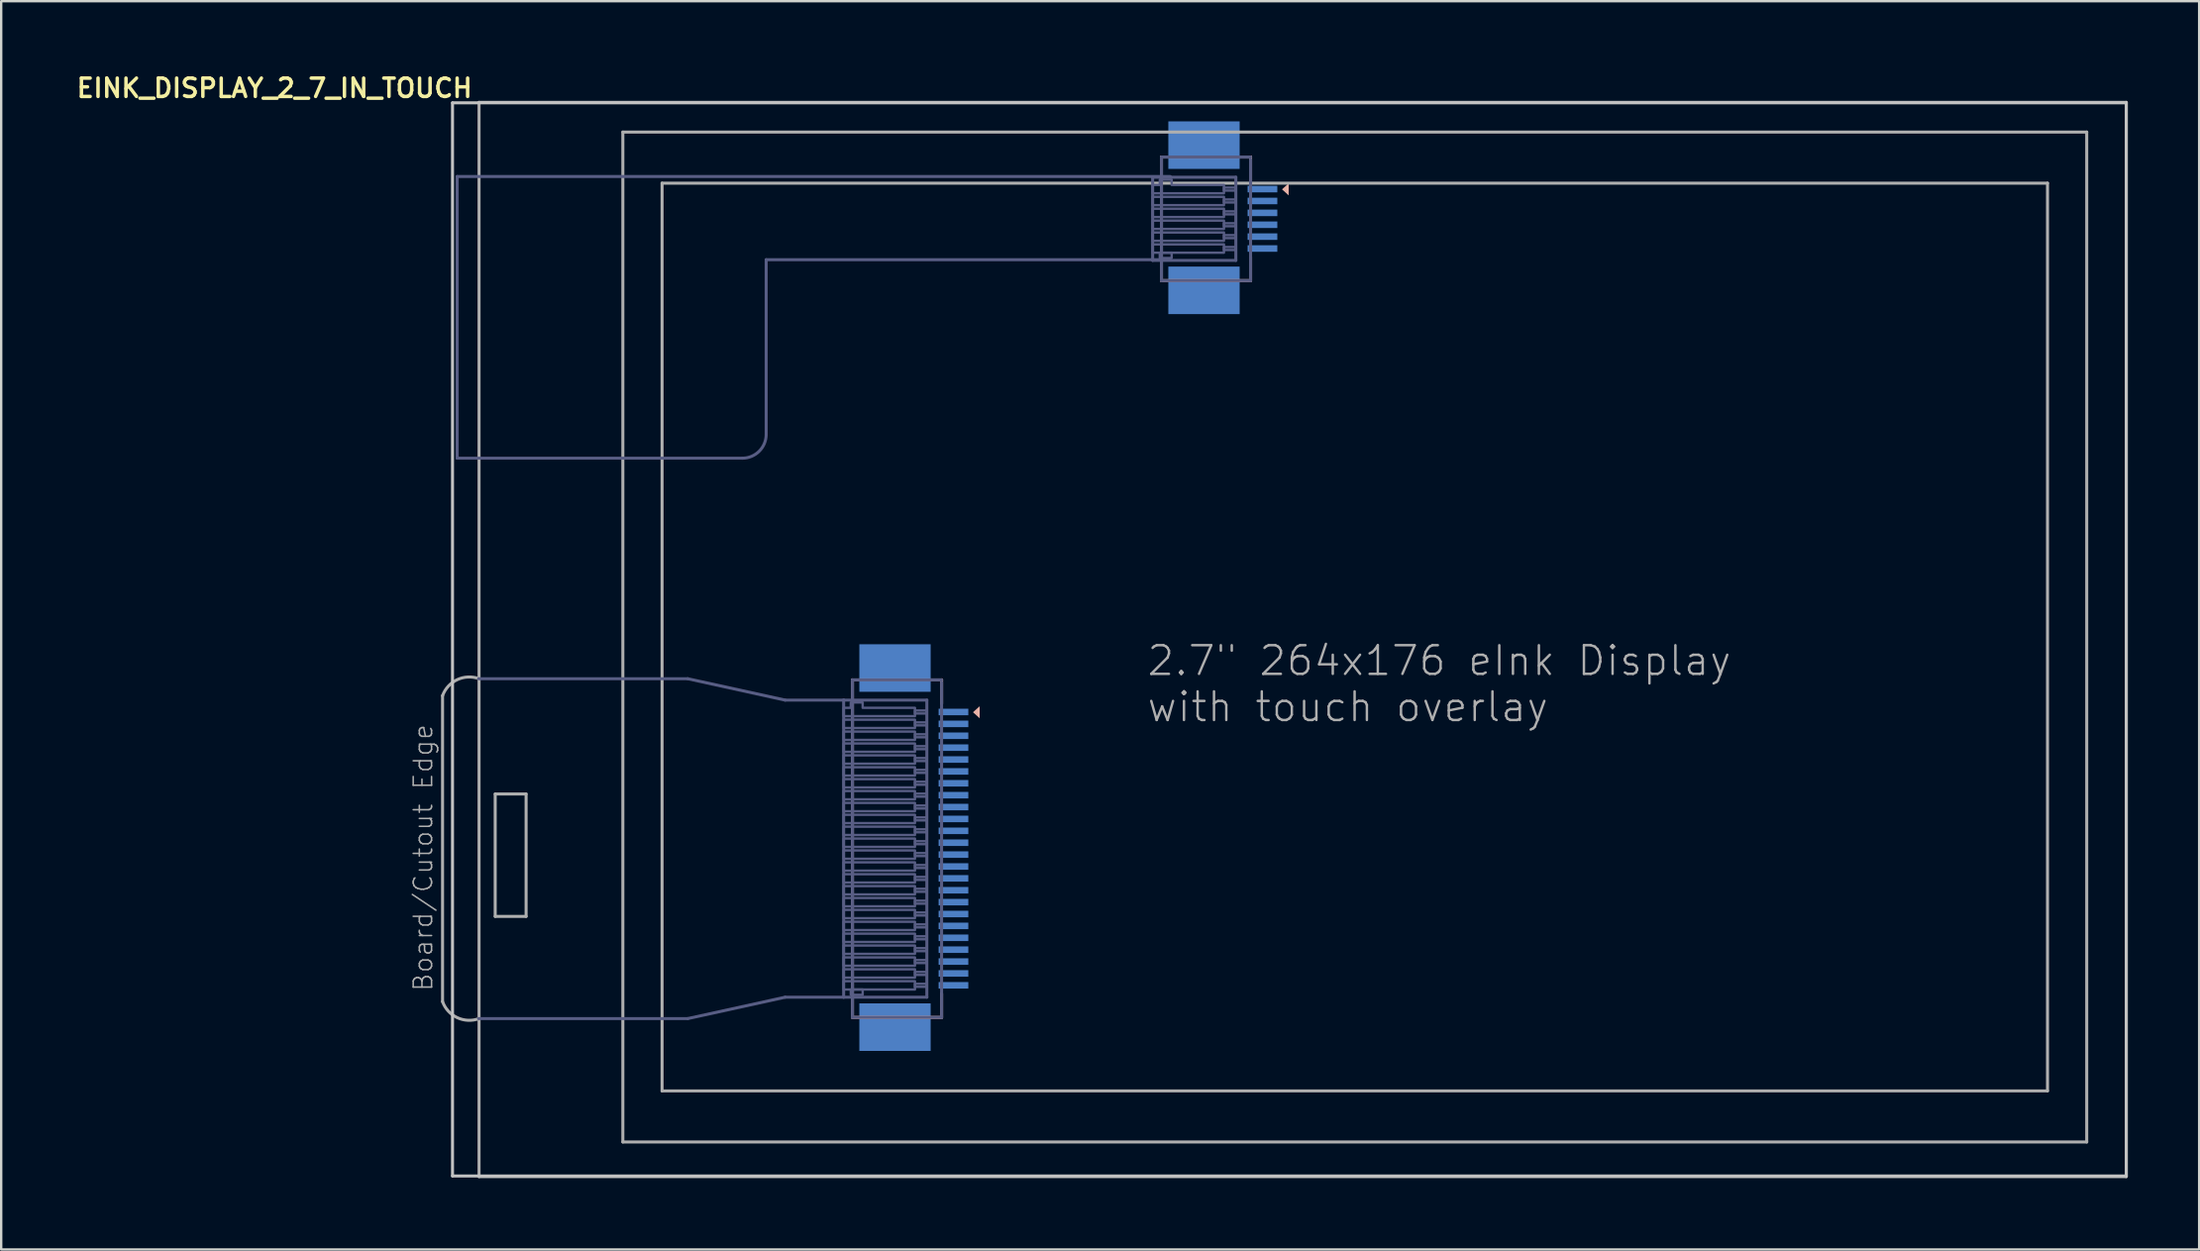
<source format=kicad_pcb>
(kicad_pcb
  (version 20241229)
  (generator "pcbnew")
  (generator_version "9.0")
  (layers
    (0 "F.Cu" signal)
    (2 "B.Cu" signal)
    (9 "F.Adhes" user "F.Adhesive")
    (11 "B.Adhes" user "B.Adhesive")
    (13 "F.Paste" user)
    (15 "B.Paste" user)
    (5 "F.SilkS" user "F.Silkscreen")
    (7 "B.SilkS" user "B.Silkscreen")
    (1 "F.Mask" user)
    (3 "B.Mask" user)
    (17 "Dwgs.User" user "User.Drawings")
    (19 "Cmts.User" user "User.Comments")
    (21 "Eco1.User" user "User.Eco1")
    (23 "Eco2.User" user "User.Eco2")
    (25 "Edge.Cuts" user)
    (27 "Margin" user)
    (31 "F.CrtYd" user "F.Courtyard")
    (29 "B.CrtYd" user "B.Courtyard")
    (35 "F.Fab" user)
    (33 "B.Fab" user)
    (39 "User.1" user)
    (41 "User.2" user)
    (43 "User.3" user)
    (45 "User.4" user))
  (footprint "EINK_DISPLAY_2_7_IN_TOUCH"
    (layer "F.Cu")
    (at 17.184 1.227)
    (property "Reference" "EINK_DISPLAY_2_7_IN_TOUCH" (at -0.28 -1.021 0) (layer "F.SilkS") (effects (font (size 0.772 0.772) (thickness 0.146)) (justify right top)))
    (attr through_hole)
    (fp_line (start 15.63 24.329) (end 15.63 38.529) (stroke (width 0.127) (type solid)) (layer "B.SilkS"))
    (fp_line (start 15.63 38.529) (end 19.38 38.529) (stroke (width 0.127) (type solid)) (layer "B.SilkS"))
    (fp_line (start 19.38 24.329) (end 15.63 24.329) (stroke (width 0.127) (type solid)) (layer "B.SilkS"))
    (fp_line (start 19.38 25.329) (end 19.38 24.329) (stroke (width 0.127) (type solid)) (layer "B.SilkS"))
    (fp_line (start 19.38 38.529) (end 19.38 37.529) (stroke (width 0.127) (type solid)) (layer "B.SilkS"))
    (fp_line (start 28.63 2.329) (end 28.63 7.529) (stroke (width 0.127) (type solid)) (layer "B.SilkS"))
    (fp_line (start 28.63 7.529) (end 32.38 7.529) (stroke (width 0.127) (type solid)) (layer "B.SilkS"))
    (fp_line (start 32.38 2.329) (end 28.63 2.329) (stroke (width 0.127) (type solid)) (layer "B.SilkS"))
    (fp_line (start 32.38 3.329) (end 32.38 2.329) (stroke (width 0.127) (type solid)) (layer "B.SilkS"))
    (fp_line (start 32.38 7.529) (end 32.38 6.529) (stroke (width 0.127) (type solid)) (layer "B.SilkS"))
    (fp_poly (pts (xy 20.983 25.435) (xy 20.983 25.943) (xy 20.702 25.689)) (stroke (width 0) (type solid)) (fill yes) (layer "B.SilkS"))
    (fp_poly (pts (xy 33.983 3.435) (xy 33.983 3.943) (xy 33.702 3.689)) (stroke (width 0) (type solid)) (fill yes) (layer "B.SilkS"))
    (fp_line (start -1.196 0.049) (end -1.196 45.201) (stroke (width 0.127) (type solid)) (layer "Dwgs.User"))
    (fp_line (start -1.196 45.201) (end 69.224 45.201) (stroke (width 0.127) (type solid)) (layer "Dwgs.User"))
    (fp_line (start 69.224 0.049) (end -1.196 0.049) (stroke (width 0.127) (type solid)) (layer "Dwgs.User"))
    (fp_line (start 69.224 45.201) (end 69.224 0.049) (stroke (width 0.127) (type solid)) (layer "Dwgs.User"))
    (fp_line (start -1 3.15) (end -1 15) (stroke (width 0.127) (type solid)) (layer "B.Fab"))
    (fp_line (start -1 3.15) (end 29 3.15) (stroke (width 0.127) (type solid)) (layer "B.Fab"))
    (fp_line (start -1 15) (end 11 15) (stroke (width 0.127) (type solid)) (layer "B.Fab"))
    (fp_line (start -0.1 24.279) (end 8.7 24.279) (stroke (width 0.127) (type solid)) (layer "B.Fab"))
    (fp_line (start -0.1 38.579) (end 8.7 38.579) (stroke (width 0.127) (type solid)) (layer "B.Fab"))
    (fp_line (start 8.7 24.279) (end 12.8 25.179) (stroke (width 0.127) (type solid)) (layer "B.Fab"))
    (fp_line (start 8.7 38.579) (end 12.8 37.679) (stroke (width 0.127) (type solid)) (layer "B.Fab"))
    (fp_line (start 12 6.65) (end 29 6.65) (stroke (width 0.127) (type solid)) (layer "B.Fab"))
    (fp_line (start 12 14) (end 12 6.65) (stroke (width 0.127) (type solid)) (layer "B.Fab"))
    (fp_line (start 12.8 25.179) (end 15.26 25.179) (stroke (width 0.127) (type solid)) (layer "B.Fab"))
    (fp_line (start 15.26 25.179) (end 18.76 25.179) (stroke (width 0.127) (type solid)) (layer "B.Fab"))
    (fp_line (start 15.26 37.679) (end 12.8 37.679) (stroke (width 0.127) (type solid)) (layer "B.Fab"))
    (fp_line (start 15.26 37.679) (end 15.26 25.179) (stroke (width 0.127) (type solid)) (layer "B.Fab"))
    (fp_line (start 15.63 24.329) (end 19.38 24.329) (stroke (width 0.127) (type solid)) (layer "B.Fab"))
    (fp_line (start 15.63 38.529) (end 15.63 24.329) (stroke (width 0.127) (type solid)) (layer "B.Fab"))
    (fp_line (start 18.76 25.179) (end 18.76 37.679) (stroke (width 0.127) (type solid)) (layer "B.Fab"))
    (fp_line (start 18.76 37.679) (end 15.26 37.679) (stroke (width 0.127) (type solid)) (layer "B.Fab"))
    (fp_line (start 19.38 24.429) (end 19.38 38.529) (stroke (width 0.127) (type solid)) (layer "B.Fab"))
    (fp_line (start 19.38 38.529) (end 15.63 38.529) (stroke (width 0.127) (type solid)) (layer "B.Fab"))
    (fp_line (start 28.26 3.179) (end 31.76 3.179) (stroke (width 0.127) (type solid)) (layer "B.Fab"))
    (fp_line (start 28.26 6.679) (end 28.26 3.179) (stroke (width 0.127) (type solid)) (layer "B.Fab"))
    (fp_line (start 28.63 2.329) (end 32.38 2.329) (stroke (width 0.127) (type solid)) (layer "B.Fab"))
    (fp_line (start 28.63 7.529) (end 28.63 2.329) (stroke (width 0.127) (type solid)) (layer "B.Fab"))
    (fp_line (start 31.76 3.179) (end 31.76 6.679) (stroke (width 0.127) (type solid)) (layer "B.Fab"))
    (fp_line (start 31.76 6.679) (end 28.26 6.679) (stroke (width 0.127) (type solid)) (layer "B.Fab"))
    (fp_line (start 32.38 2.429) (end 32.38 7.529) (stroke (width 0.127) (type solid)) (layer "B.Fab"))
    (fp_line (start 32.38 7.529) (end 28.63 7.529) (stroke (width 0.127) (type solid)) (layer "B.Fab"))
    (fp_arc (start 12 14) (mid 11.707107 14.707107) (end 11 15) (stroke (width 0.127) (type solid)) (layer "B.Fab"))
    (fp_poly (pts (xy 15.26 26.354) (xy 18.26 26.354) (xy 18.26 26.004) (xy 15.26 26.004)) (stroke (width 0.1) (type solid)) (fill no) (layer "B.Fab"))
    (fp_poly (pts (xy 15.26 26.854) (xy 18.26 26.854) (xy 18.26 26.504) (xy 15.26 26.504)) (stroke (width 0.1) (type solid)) (fill no) (layer "B.Fab"))
    (fp_poly (pts (xy 15.26 27.354) (xy 18.26 27.354) (xy 18.26 27.004) (xy 15.26 27.004)) (stroke (width 0.1) (type solid)) (fill no) (layer "B.Fab"))
    (fp_poly (pts (xy 15.26 27.854) (xy 18.26 27.854) (xy 18.26 27.504) (xy 15.26 27.504)) (stroke (width 0.1) (type solid)) (fill no) (layer "B.Fab"))
    (fp_poly (pts (xy 15.26 28.354) (xy 18.26 28.354) (xy 18.26 28.004) (xy 15.26 28.004)) (stroke (width 0.1) (type solid)) (fill no) (layer "B.Fab"))
    (fp_poly (pts (xy 15.26 28.854) (xy 18.26 28.854) (xy 18.26 28.504) (xy 15.26 28.504)) (stroke (width 0.1) (type solid)) (fill no) (layer "B.Fab"))
    (fp_poly (pts (xy 15.26 29.354) (xy 18.26 29.354) (xy 18.26 29.004) (xy 15.26 29.004)) (stroke (width 0.1) (type solid)) (fill no) (layer "B.Fab"))
    (fp_poly (pts (xy 15.26 29.854) (xy 18.26 29.854) (xy 18.26 29.504) (xy 15.26 29.504)) (stroke (width 0.1) (type solid)) (fill no) (layer "B.Fab"))
    (fp_poly (pts (xy 15.26 30.354) (xy 18.26 30.354) (xy 18.26 30.004) (xy 15.26 30.004)) (stroke (width 0.1) (type solid)) (fill no) (layer "B.Fab"))
    (fp_poly (pts (xy 15.26 30.854) (xy 18.26 30.854) (xy 18.26 30.504) (xy 15.26 30.504)) (stroke (width 0.1) (type solid)) (fill no) (layer "B.Fab"))
    (fp_poly (pts (xy 15.26 31.354) (xy 18.26 31.354) (xy 18.26 31.004) (xy 15.26 31.004)) (stroke (width 0.1) (type solid)) (fill no) (layer "B.Fab"))
    (fp_poly (pts (xy 15.26 31.854) (xy 18.26 31.854) (xy 18.26 31.504) (xy 15.26 31.504)) (stroke (width 0.1) (type solid)) (fill no) (layer "B.Fab"))
    (fp_poly (pts (xy 15.26 32.354) (xy 18.26 32.354) (xy 18.26 32.004) (xy 15.26 32.004)) (stroke (width 0.1) (type solid)) (fill no) (layer "B.Fab"))
    (fp_poly (pts (xy 15.26 32.854) (xy 18.26 32.854) (xy 18.26 32.504) (xy 15.26 32.504)) (stroke (width 0.1) (type solid)) (fill no) (layer "B.Fab"))
    (fp_poly (pts (xy 15.26 33.354) (xy 18.26 33.354) (xy 18.26 33.004) (xy 15.26 33.004)) (stroke (width 0.1) (type solid)) (fill no) (layer "B.Fab"))
    (fp_poly (pts (xy 15.26 33.854) (xy 18.26 33.854) (xy 18.26 33.504) (xy 15.26 33.504)) (stroke (width 0.1) (type solid)) (fill no) (layer "B.Fab"))
    (fp_poly (pts (xy 15.26 34.354) (xy 18.26 34.354) (xy 18.26 34.004) (xy 15.26 34.004)) (stroke (width 0.1) (type solid)) (fill no) (layer "B.Fab"))
    (fp_poly (pts (xy 15.26 34.854) (xy 18.26 34.854) (xy 18.26 34.504) (xy 15.26 34.504)) (stroke (width 0.1) (type solid)) (fill no) (layer "B.Fab"))
    (fp_poly (pts (xy 15.26 35.354) (xy 18.26 35.354) (xy 18.26 35.004) (xy 15.26 35.004)) (stroke (width 0.1) (type solid)) (fill no) (layer "B.Fab"))
    (fp_poly (pts (xy 15.26 35.854) (xy 18.26 35.854) (xy 18.26 35.504) (xy 15.26 35.504)) (stroke (width 0.1) (type solid)) (fill no) (layer "B.Fab"))
    (fp_poly (pts (xy 15.26 36.354) (xy 18.26 36.354) (xy 18.26 36.004) (xy 15.26 36.004)) (stroke (width 0.1) (type solid)) (fill no) (layer "B.Fab"))
    (fp_poly (pts (xy 15.26 36.854) (xy 18.26 36.854) (xy 18.26 36.504) (xy 15.26 36.504)) (stroke (width 0.1) (type solid)) (fill no) (layer "B.Fab"))
    (fp_poly (pts (xy 15.26 37.354) (xy 18.26 37.354) (xy 18.26 37.004) (xy 15.26 37.004)) (stroke (width 0.1) (type solid)) (fill no) (layer "B.Fab"))
    (fp_poly (pts (xy 15.56 37.579) (xy 16.06 37.579) (xy 16.06 37.354) (xy 15.56 37.354)) (stroke (width 0.1) (type solid)) (fill no) (layer "B.Fab"))
    (fp_poly (pts (xy 18.26 25.616) (xy 18.76 25.616) (xy 18.76 25.741) (xy 18.26 25.741)) (stroke (width 0.1) (type solid)) (fill no) (layer "B.Fab"))
    (fp_poly (pts (xy 18.26 26.116) (xy 18.76 26.116) (xy 18.76 26.241) (xy 18.26 26.241)) (stroke (width 0.1) (type solid)) (fill no) (layer "B.Fab"))
    (fp_poly (pts (xy 18.26 26.616) (xy 18.76 26.616) (xy 18.76 26.741) (xy 18.26 26.741)) (stroke (width 0.1) (type solid)) (fill no) (layer "B.Fab"))
    (fp_poly (pts (xy 18.26 27.116) (xy 18.76 27.116) (xy 18.76 27.241) (xy 18.26 27.241)) (stroke (width 0.1) (type solid)) (fill no) (layer "B.Fab"))
    (fp_poly (pts (xy 18.26 27.616) (xy 18.76 27.616) (xy 18.76 27.741) (xy 18.26 27.741)) (stroke (width 0.1) (type solid)) (fill no) (layer "B.Fab"))
    (fp_poly (pts (xy 18.26 28.116) (xy 18.76 28.116) (xy 18.76 28.241) (xy 18.26 28.241)) (stroke (width 0.1) (type solid)) (fill no) (layer "B.Fab"))
    (fp_poly (pts (xy 18.26 28.616) (xy 18.76 28.616) (xy 18.76 28.741) (xy 18.26 28.741)) (stroke (width 0.1) (type solid)) (fill no) (layer "B.Fab"))
    (fp_poly (pts (xy 18.26 29.116) (xy 18.76 29.116) (xy 18.76 29.241) (xy 18.26 29.241)) (stroke (width 0.1) (type solid)) (fill no) (layer "B.Fab"))
    (fp_poly (pts (xy 18.26 29.616) (xy 18.76 29.616) (xy 18.76 29.741) (xy 18.26 29.741)) (stroke (width 0.1) (type solid)) (fill no) (layer "B.Fab"))
    (fp_poly (pts (xy 18.26 30.116) (xy 18.76 30.116) (xy 18.76 30.241) (xy 18.26 30.241)) (stroke (width 0.1) (type solid)) (fill no) (layer "B.Fab"))
    (fp_poly (pts (xy 18.26 30.616) (xy 18.76 30.616) (xy 18.76 30.741) (xy 18.26 30.741)) (stroke (width 0.1) (type solid)) (fill no) (layer "B.Fab"))
    (fp_poly (pts (xy 18.26 31.116) (xy 18.76 31.116) (xy 18.76 31.241) (xy 18.26 31.241)) (stroke (width 0.1) (type solid)) (fill no) (layer "B.Fab"))
    (fp_poly (pts (xy 18.26 31.616) (xy 18.76 31.616) (xy 18.76 31.741) (xy 18.26 31.741)) (stroke (width 0.1) (type solid)) (fill no) (layer "B.Fab"))
    (fp_poly (pts (xy 18.26 32.117) (xy 18.76 32.117) (xy 18.76 32.242) (xy 18.26 32.242)) (stroke (width 0.1) (type solid)) (fill no) (layer "B.Fab"))
    (fp_poly (pts (xy 18.26 32.617) (xy 18.76 32.617) (xy 18.76 32.742) (xy 18.26 32.742)) (stroke (width 0.1) (type solid)) (fill no) (layer "B.Fab"))
    (fp_poly (pts (xy 18.26 33.117) (xy 18.76 33.117) (xy 18.76 33.242) (xy 18.26 33.242)) (stroke (width 0.1) (type solid)) (fill no) (layer "B.Fab"))
    (fp_poly (pts (xy 18.26 33.617) (xy 18.76 33.617) (xy 18.76 33.742) (xy 18.26 33.742)) (stroke (width 0.1) (type solid)) (fill no) (layer "B.Fab"))
    (fp_poly (pts (xy 18.26 34.117) (xy 18.76 34.117) (xy 18.76 34.242) (xy 18.26 34.242)) (stroke (width 0.1) (type solid)) (fill no) (layer "B.Fab"))
    (fp_poly (pts (xy 18.26 34.617) (xy 18.76 34.617) (xy 18.76 34.742) (xy 18.26 34.742)) (stroke (width 0.1) (type solid)) (fill no) (layer "B.Fab"))
    (fp_poly (pts (xy 18.26 35.117) (xy 18.76 35.117) (xy 18.76 35.242) (xy 18.26 35.242)) (stroke (width 0.1) (type solid)) (fill no) (layer "B.Fab"))
    (fp_poly (pts (xy 18.26 35.617) (xy 18.76 35.617) (xy 18.76 35.742) (xy 18.26 35.742)) (stroke (width 0.1) (type solid)) (fill no) (layer "B.Fab"))
    (fp_poly (pts (xy 18.26 36.117) (xy 18.76 36.117) (xy 18.76 36.242) (xy 18.26 36.242)) (stroke (width 0.1) (type solid)) (fill no) (layer "B.Fab"))
    (fp_poly (pts (xy 18.26 36.617) (xy 18.76 36.617) (xy 18.76 36.742) (xy 18.26 36.742)) (stroke (width 0.1) (type solid)) (fill no) (layer "B.Fab"))
    (fp_poly (pts (xy 18.26 37.117) (xy 18.76 37.117) (xy 18.76 37.242) (xy 18.26 37.242)) (stroke (width 0.1) (type solid)) (fill no) (layer "B.Fab"))
    (fp_poly (pts (xy 28.26 4.354) (xy 31.26 4.354) (xy 31.26 4.004) (xy 28.26 4.004)) (stroke (width 0.1) (type solid)) (fill no) (layer "B.Fab"))
    (fp_poly (pts (xy 28.26 4.854) (xy 31.26 4.854) (xy 31.26 4.504) (xy 28.26 4.504)) (stroke (width 0.1) (type solid)) (fill no) (layer "B.Fab"))
    (fp_poly (pts (xy 28.26 5.354) (xy 31.26 5.354) (xy 31.26 5.004) (xy 28.26 5.004)) (stroke (width 0.1) (type solid)) (fill no) (layer "B.Fab"))
    (fp_poly (pts (xy 28.26 5.854) (xy 31.26 5.854) (xy 31.26 5.504) (xy 28.26 5.504)) (stroke (width 0.1) (type solid)) (fill no) (layer "B.Fab"))
    (fp_poly (pts (xy 28.26 6.354) (xy 31.26 6.354) (xy 31.26 6.004) (xy 28.26 6.004)) (stroke (width 0.1) (type solid)) (fill no) (layer "B.Fab"))
    (fp_poly (pts (xy 28.56 6.579) (xy 29.06 6.579) (xy 29.06 6.354) (xy 28.56 6.354)) (stroke (width 0.1) (type solid)) (fill no) (layer "B.Fab"))
    (fp_poly (pts (xy 31.26 3.616) (xy 31.76 3.616) (xy 31.76 3.741) (xy 31.26 3.741)) (stroke (width 0.1) (type solid)) (fill no) (layer "B.Fab"))
    (fp_poly (pts (xy 31.26 4.117) (xy 31.76 4.117) (xy 31.76 4.242) (xy 31.26 4.242)) (stroke (width 0.1) (type solid)) (fill no) (layer "B.Fab"))
    (fp_poly (pts (xy 31.26 4.617) (xy 31.76 4.617) (xy 31.76 4.742) (xy 31.26 4.742)) (stroke (width 0.1) (type solid)) (fill no) (layer "B.Fab"))
    (fp_poly (pts (xy 31.26 5.117) (xy 31.76 5.117) (xy 31.76 5.242) (xy 31.26 5.242)) (stroke (width 0.1) (type solid)) (fill no) (layer "B.Fab"))
    (fp_poly (pts (xy 31.26 5.617) (xy 31.76 5.617) (xy 31.76 5.742) (xy 31.26 5.742)) (stroke (width 0.1) (type solid)) (fill no) (layer "B.Fab"))
    (fp_poly (pts (xy 31.26 6.117) (xy 31.76 6.117) (xy 31.76 6.242) (xy 31.26 6.242)) (stroke (width 0.1) (type solid)) (fill no) (layer "B.Fab"))
    (fp_poly (pts (xy 15.26 25.854) (xy 18.26 25.854) (xy 18.26 25.504) (xy 16.06 25.504) (xy 16.06 25.279) (xy 15.56 25.279) (xy 15.56 25.504) (xy 15.26 25.504)) (stroke (width 0.1) (type solid)) (fill no) (layer "B.Fab"))
    (fp_poly (pts (xy 28.26 3.854) (xy 31.26 3.854) (xy 31.26 3.504) (xy 29.06 3.504) (xy 29.06 3.279) (xy 28.56 3.279) (xy 28.56 3.504) (xy 28.26 3.504)) (stroke (width 0.1) (type solid)) (fill no) (layer "B.Fab"))
    (fp_line (start -1.615 24.994) (end -1.615 37.864) (stroke (width 0.127) (type solid)) (layer "F.Fab"))
    (fp_line (start -0.08 0.029) (end 69.22 0.029) (stroke (width 0.127) (type solid)) (layer "F.Fab"))
    (fp_line (start -0.08 24.279) (end -0.08 0.029) (stroke (width 0.127) (type solid)) (layer "F.Fab"))
    (fp_line (start -0.08 38.579) (end -0.08 24.279) (stroke (width 0.127) (type solid)) (layer "F.Fab"))
    (fp_line (start -0.08 45.229) (end -0.08 38.579) (stroke (width 0.127) (type solid)) (layer "F.Fab"))
    (fp_line (start 0.6 29.129) (end 0.6 34.279) (stroke (width 0.127) (type solid)) (layer "F.Fab"))
    (fp_line (start 0.6 34.279) (end 1.9 34.279) (stroke (width 0.127) (type solid)) (layer "F.Fab"))
    (fp_line (start 1.9 29.129) (end 0.6 29.129) (stroke (width 0.127) (type solid)) (layer "F.Fab"))
    (fp_line (start 1.9 34.279) (end 1.9 29.129) (stroke (width 0.127) (type solid)) (layer "F.Fab"))
    (fp_line (start 5.97 1.279) (end 67.558 1.279) (stroke (width 0.127) (type solid)) (layer "F.Fab"))
    (fp_line (start 5.97 43.771) (end 5.97 1.279) (stroke (width 0.127) (type solid)) (layer "F.Fab"))
    (fp_line (start 7.62 3.429) (end 65.908 3.429) (stroke (width 0.127) (type solid)) (layer "F.Fab"))
    (fp_line (start 7.62 41.621) (end 7.62 3.429) (stroke (width 0.127) (type solid)) (layer "F.Fab"))
    (fp_line (start 65.908 3.429) (end 65.908 41.621) (stroke (width 0.127) (type solid)) (layer "F.Fab"))
    (fp_line (start 65.908 41.621) (end 7.62 41.621) (stroke (width 0.127) (type solid)) (layer "F.Fab"))
    (fp_line (start 67.558 1.279) (end 67.558 43.771) (stroke (width 0.127) (type solid)) (layer "F.Fab"))
    (fp_line (start 67.558 43.771) (end 5.97 43.771) (stroke (width 0.127) (type solid)) (layer "F.Fab"))
    (fp_line (start 69.22 0.029) (end 69.22 45.229) (stroke (width 0.127) (type solid)) (layer "F.Fab"))
    (fp_line (start 69.22 45.229) (end -0.08 45.229) (stroke (width 0.127) (type solid)) (layer "F.Fab"))
    (fp_arc (start -1.614999 24.994001) (mid -0.995581 24.318592) (end -0.08 24.279) (stroke (width 0.127) (type solid)) (layer "F.Fab"))
    (fp_arc (start -0.079999 38.579001) (mid -0.995581 38.53941) (end -1.615 37.864) (stroke (width 0.127) (type solid)) (layer "F.Fab"))
    (fp_text user "2.7\" 264x176 eInk Display\nwith touch overlay" (at 27.96 26.169 0) (layer "F.Fab") (effects (font (size 1.206 1.206) (thickness 0.102)) (justify left bottom)))
    (fp_text user "Board/Cutout Edge" (at -1.98 37.479 90) (layer "F.Fab") (effects (font (size 0.772 0.772) (thickness 0.065)) (justify left bottom)))
    (pad "1" smd rect (at 19.88 25.679 270) (size 0.275 1.25) (layers "B.Cu" "B.Mask" "B.Paste"))
    (pad "2" smd rect (at 19.88 26.179 270) (size 0.275 1.25) (layers "B.Cu" "B.Mask" "B.Paste"))
    (pad "3" smd rect (at 19.88 26.679 270) (size 0.275 1.25) (layers "B.Cu" "B.Mask" "B.Paste"))
    (pad "4" smd rect (at 19.88 27.179 270) (size 0.275 1.25) (layers "B.Cu" "B.Mask" "B.Paste"))
    (pad "5" smd rect (at 19.88 27.679 270) (size 0.275 1.25) (layers "B.Cu" "B.Mask" "B.Paste"))
    (pad "6" smd rect (at 19.88 28.179 270) (size 0.275 1.25) (layers "B.Cu" "B.Mask" "B.Paste"))
    (pad "7" smd rect (at 19.88 28.679 270) (size 0.275 1.25) (layers "B.Cu" "B.Mask" "B.Paste"))
    (pad "8" smd rect (at 19.88 29.179 270) (size 0.275 1.25) (layers "B.Cu" "B.Mask" "B.Paste"))
    (pad "9" smd rect (at 19.88 29.679 270) (size 0.275 1.25) (layers "B.Cu" "B.Mask" "B.Paste"))
    (pad "10" smd rect (at 19.88 30.179 270) (size 0.275 1.25) (layers "B.Cu" "B.Mask" "B.Paste"))
    (pad "11" smd rect (at 19.88 30.679 270) (size 0.275 1.25) (layers "B.Cu" "B.Mask" "B.Paste"))
    (pad "12" smd rect (at 19.88 31.179 270) (size 0.275 1.25) (layers "B.Cu" "B.Mask" "B.Paste"))
    (pad "13" smd rect (at 19.88 31.679 270) (size 0.275 1.25) (layers "B.Cu" "B.Mask" "B.Paste"))
    (pad "14" smd rect (at 19.88 32.179 270) (size 0.275 1.25) (layers "B.Cu" "B.Mask" "B.Paste"))
    (pad "15" smd rect (at 19.88 32.679 270) (size 0.275 1.25) (layers "B.Cu" "B.Mask" "B.Paste"))
    (pad "16" smd rect (at 19.88 33.179 270) (size 0.275 1.25) (layers "B.Cu" "B.Mask" "B.Paste"))
    (pad "17" smd rect (at 19.88 33.679 270) (size 0.275 1.25) (layers "B.Cu" "B.Mask" "B.Paste"))
    (pad "18" smd rect (at 19.88 34.179 270) (size 0.275 1.25) (layers "B.Cu" "B.Mask" "B.Paste"))
    (pad "19" smd rect (at 19.88 34.679 270) (size 0.275 1.25) (layers "B.Cu" "B.Mask" "B.Paste"))
    (pad "20" smd rect (at 19.88 35.179 270) (size 0.275 1.25) (layers "B.Cu" "B.Mask" "B.Paste"))
    (pad "21" smd rect (at 19.88 35.679 270) (size 0.275 1.25) (layers "B.Cu" "B.Mask" "B.Paste"))
    (pad "22" smd rect (at 19.88 36.179 270) (size 0.275 1.25) (layers "B.Cu" "B.Mask" "B.Paste"))
    (pad "23" smd rect (at 19.88 36.679 270) (size 0.275 1.25) (layers "B.Cu" "B.Mask" "B.Paste"))
    (pad "24" smd rect (at 19.88 37.179 270) (size 0.275 1.25) (layers "B.Cu" "B.Mask" "B.Paste"))
    (pad "25" smd rect (at 32.88 3.679 270) (size 0.275 1.25) (layers "B.Cu" "B.Mask" "B.Paste"))
    (pad "26" smd rect (at 32.88 4.179 270) (size 0.275 1.25) (layers "B.Cu" "B.Mask" "B.Paste"))
    (pad "27" smd rect (at 32.88 4.679 270) (size 0.275 1.25) (layers "B.Cu" "B.Mask" "B.Paste"))
    (pad "28" smd rect (at 32.88 5.179 270) (size 0.275 1.25) (layers "B.Cu" "B.Mask" "B.Paste"))
    (pad "29" smd rect (at 32.88 5.679 270) (size 0.275 1.25) (layers "B.Cu" "B.Mask" "B.Paste"))
    (pad "30" smd rect (at 32.88 6.179 270) (size 0.275 1.25) (layers "B.Cu" "B.Mask" "B.Paste"))
    (pad "SPRT1" smd rect (at 17.42 23.829) (size 3 2) (layers "B.Cu" "B.Mask" "B.Paste"))
    (pad "SPRT2" smd rect (at 17.42 38.939) (size 3 2) (layers "B.Cu" "B.Mask" "B.Paste"))
    (pad "SPRT3" smd rect (at 30.42 1.829) (size 3 2) (layers "B.Cu" "B.Mask" "B.Paste"))
    (pad "SPRT4" smd rect (at 30.42 7.939) (size 3 2) (layers "B.Cu" "B.Mask" "B.Paste")))
  (gr_rect
    (start -3 -3)
    (end 89.472 49.519)
    (stroke (width 0.1) (type default))
    (fill no)
    (layer "Edge.Cuts")))
</source>
